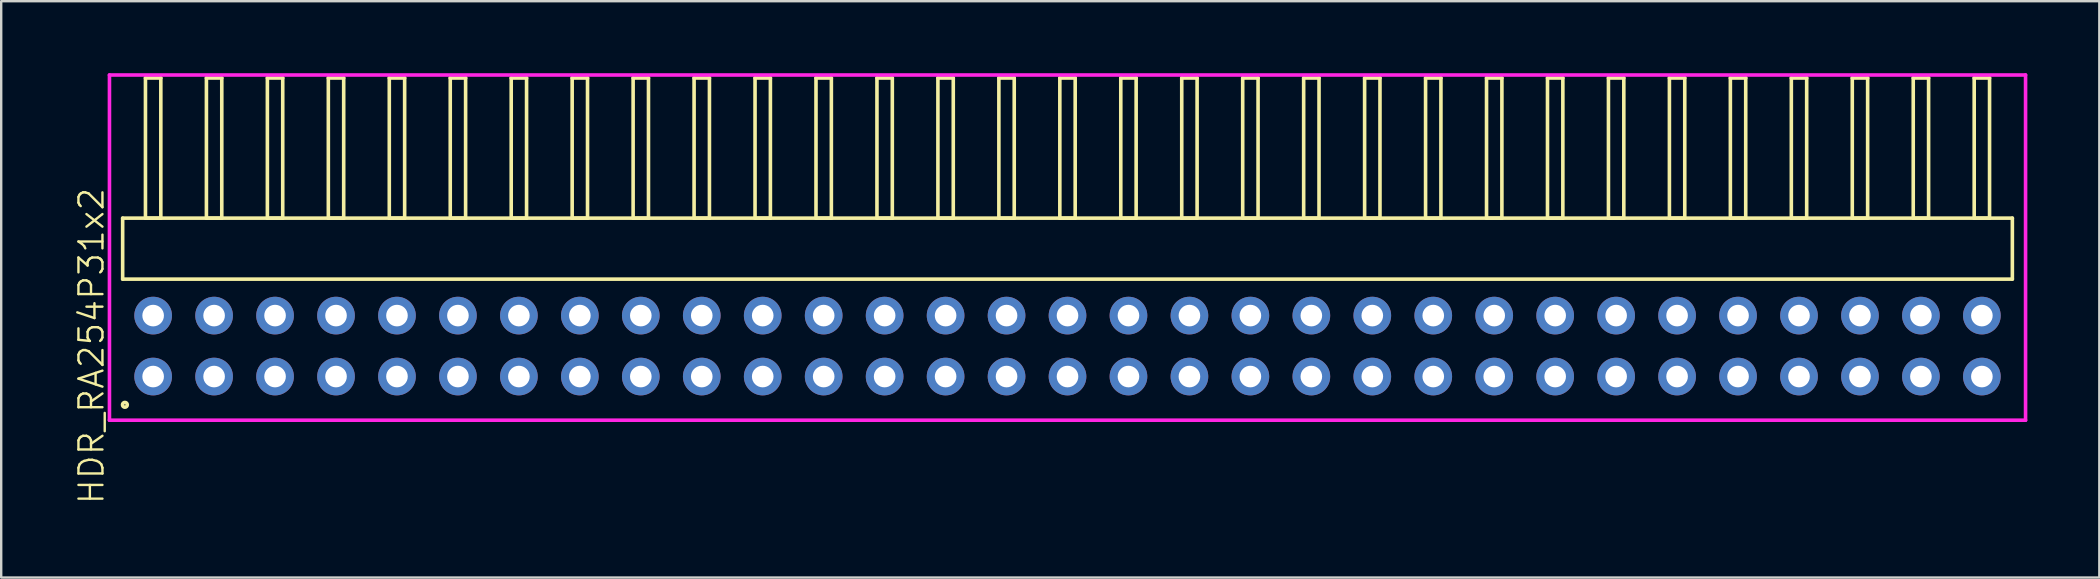
<source format=kicad_pcb>
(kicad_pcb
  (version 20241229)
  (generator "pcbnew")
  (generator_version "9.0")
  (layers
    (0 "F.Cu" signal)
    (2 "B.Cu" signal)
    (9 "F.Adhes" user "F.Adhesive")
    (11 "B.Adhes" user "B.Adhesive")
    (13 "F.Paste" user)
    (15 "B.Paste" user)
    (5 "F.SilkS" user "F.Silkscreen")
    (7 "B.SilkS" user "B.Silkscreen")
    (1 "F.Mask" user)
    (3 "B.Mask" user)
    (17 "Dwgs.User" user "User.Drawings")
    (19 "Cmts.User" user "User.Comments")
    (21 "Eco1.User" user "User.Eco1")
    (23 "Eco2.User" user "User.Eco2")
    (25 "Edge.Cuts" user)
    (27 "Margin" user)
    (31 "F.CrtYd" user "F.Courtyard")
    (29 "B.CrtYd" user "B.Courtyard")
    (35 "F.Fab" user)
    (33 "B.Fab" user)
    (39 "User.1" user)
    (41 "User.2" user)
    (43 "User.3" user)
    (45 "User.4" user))
  (footprint "HDR_RA254P31x2"
    (layer "F.Cu")
    (at 41.431 11.37)
    (property "Reference" "HDR_RA254P31x2" (at -40.67 0 90) (layer "F.SilkS") (effects (font (size 1 1) (thickness 0.1))))
    (attr through_hole)
    (fp_line (start -39.37 -5.33) (end -39.37 -2.79) (stroke (width 0.15) (type solid)) (layer "F.SilkS"))
    (fp_line (start -39.37 -2.79) (end 39.37 -2.79) (stroke (width 0.15) (type solid)) (layer "F.SilkS"))
    (fp_line (start -38.42 -11.17) (end -38.42 -5.33) (stroke (width 0.15) (type solid)) (layer "F.SilkS"))
    (fp_line (start -38.42 -5.33) (end -37.78 -5.33) (stroke (width 0.15) (type solid)) (layer "F.SilkS"))
    (fp_line (start -37.78 -11.17) (end -38.42 -11.17) (stroke (width 0.15) (type solid)) (layer "F.SilkS"))
    (fp_line (start -37.78 -5.33) (end -37.78 -11.17) (stroke (width 0.15) (type solid)) (layer "F.SilkS"))
    (fp_line (start -35.88 -11.17) (end -35.88 -5.33) (stroke (width 0.15) (type solid)) (layer "F.SilkS"))
    (fp_line (start -35.88 -5.33) (end -35.24 -5.33) (stroke (width 0.15) (type solid)) (layer "F.SilkS"))
    (fp_line (start -35.24 -11.17) (end -35.88 -11.17) (stroke (width 0.15) (type solid)) (layer "F.SilkS"))
    (fp_line (start -35.24 -5.33) (end -35.24 -11.17) (stroke (width 0.15) (type solid)) (layer "F.SilkS"))
    (fp_line (start -33.34 -11.17) (end -33.34 -5.33) (stroke (width 0.15) (type solid)) (layer "F.SilkS"))
    (fp_line (start -33.34 -5.33) (end -32.7 -5.33) (stroke (width 0.15) (type solid)) (layer "F.SilkS"))
    (fp_line (start -32.7 -11.17) (end -33.34 -11.17) (stroke (width 0.15) (type solid)) (layer "F.SilkS"))
    (fp_line (start -32.7 -5.33) (end -32.7 -11.17) (stroke (width 0.15) (type solid)) (layer "F.SilkS"))
    (fp_line (start -30.8 -11.17) (end -30.8 -5.33) (stroke (width 0.15) (type solid)) (layer "F.SilkS"))
    (fp_line (start -30.8 -5.33) (end -30.16 -5.33) (stroke (width 0.15) (type solid)) (layer "F.SilkS"))
    (fp_line (start -30.16 -11.17) (end -30.8 -11.17) (stroke (width 0.15) (type solid)) (layer "F.SilkS"))
    (fp_line (start -30.16 -5.33) (end -30.16 -11.17) (stroke (width 0.15) (type solid)) (layer "F.SilkS"))
    (fp_line (start -28.26 -11.17) (end -28.26 -5.33) (stroke (width 0.15) (type solid)) (layer "F.SilkS"))
    (fp_line (start -28.26 -5.33) (end -27.62 -5.33) (stroke (width 0.15) (type solid)) (layer "F.SilkS"))
    (fp_line (start -27.62 -11.17) (end -28.26 -11.17) (stroke (width 0.15) (type solid)) (layer "F.SilkS"))
    (fp_line (start -27.62 -5.33) (end -27.62 -11.17) (stroke (width 0.15) (type solid)) (layer "F.SilkS"))
    (fp_line (start -25.72 -11.17) (end -25.72 -5.33) (stroke (width 0.15) (type solid)) (layer "F.SilkS"))
    (fp_line (start -25.72 -5.33) (end -25.08 -5.33) (stroke (width 0.15) (type solid)) (layer "F.SilkS"))
    (fp_line (start -25.08 -11.17) (end -25.72 -11.17) (stroke (width 0.15) (type solid)) (layer "F.SilkS"))
    (fp_line (start -25.08 -5.33) (end -25.08 -11.17) (stroke (width 0.15) (type solid)) (layer "F.SilkS"))
    (fp_line (start -23.18 -11.17) (end -23.18 -5.33) (stroke (width 0.15) (type solid)) (layer "F.SilkS"))
    (fp_line (start -23.18 -5.33) (end -22.54 -5.33) (stroke (width 0.15) (type solid)) (layer "F.SilkS"))
    (fp_line (start -22.54 -11.17) (end -23.18 -11.17) (stroke (width 0.15) (type solid)) (layer "F.SilkS"))
    (fp_line (start -22.54 -5.33) (end -22.54 -11.17) (stroke (width 0.15) (type solid)) (layer "F.SilkS"))
    (fp_line (start -20.64 -11.17) (end -20.64 -5.33) (stroke (width 0.15) (type solid)) (layer "F.SilkS"))
    (fp_line (start -20.64 -5.33) (end -20 -5.33) (stroke (width 0.15) (type solid)) (layer "F.SilkS"))
    (fp_line (start -20 -11.17) (end -20.64 -11.17) (stroke (width 0.15) (type solid)) (layer "F.SilkS"))
    (fp_line (start -20 -5.33) (end -20 -11.17) (stroke (width 0.15) (type solid)) (layer "F.SilkS"))
    (fp_line (start -18.1 -11.17) (end -18.1 -5.33) (stroke (width 0.15) (type solid)) (layer "F.SilkS"))
    (fp_line (start -18.1 -5.33) (end -17.46 -5.33) (stroke (width 0.15) (type solid)) (layer "F.SilkS"))
    (fp_line (start -17.46 -11.17) (end -18.1 -11.17) (stroke (width 0.15) (type solid)) (layer "F.SilkS"))
    (fp_line (start -17.46 -5.33) (end -17.46 -11.17) (stroke (width 0.15) (type solid)) (layer "F.SilkS"))
    (fp_line (start -15.56 -11.17) (end -15.56 -5.33) (stroke (width 0.15) (type solid)) (layer "F.SilkS"))
    (fp_line (start -15.56 -5.33) (end -14.92 -5.33) (stroke (width 0.15) (type solid)) (layer "F.SilkS"))
    (fp_line (start -14.92 -11.17) (end -15.56 -11.17) (stroke (width 0.15) (type solid)) (layer "F.SilkS"))
    (fp_line (start -14.92 -5.33) (end -14.92 -11.17) (stroke (width 0.15) (type solid)) (layer "F.SilkS"))
    (fp_line (start -13.02 -11.17) (end -13.02 -5.33) (stroke (width 0.15) (type solid)) (layer "F.SilkS"))
    (fp_line (start -13.02 -5.33) (end -12.38 -5.33) (stroke (width 0.15) (type solid)) (layer "F.SilkS"))
    (fp_line (start -12.38 -11.17) (end -13.02 -11.17) (stroke (width 0.15) (type solid)) (layer "F.SilkS"))
    (fp_line (start -12.38 -5.33) (end -12.38 -11.17) (stroke (width 0.15) (type solid)) (layer "F.SilkS"))
    (fp_line (start -10.48 -11.17) (end -10.48 -5.33) (stroke (width 0.15) (type solid)) (layer "F.SilkS"))
    (fp_line (start -10.48 -5.33) (end -9.84 -5.33) (stroke (width 0.15) (type solid)) (layer "F.SilkS"))
    (fp_line (start -9.84 -11.17) (end -10.48 -11.17) (stroke (width 0.15) (type solid)) (layer "F.SilkS"))
    (fp_line (start -9.84 -5.33) (end -9.84 -11.17) (stroke (width 0.15) (type solid)) (layer "F.SilkS"))
    (fp_line (start -7.94 -11.17) (end -7.94 -5.33) (stroke (width 0.15) (type solid)) (layer "F.SilkS"))
    (fp_line (start -7.94 -5.33) (end -7.3 -5.33) (stroke (width 0.15) (type solid)) (layer "F.SilkS"))
    (fp_line (start -7.3 -11.17) (end -7.94 -11.17) (stroke (width 0.15) (type solid)) (layer "F.SilkS"))
    (fp_line (start -7.3 -5.33) (end -7.3 -11.17) (stroke (width 0.15) (type solid)) (layer "F.SilkS"))
    (fp_line (start -5.4 -11.17) (end -5.4 -5.33) (stroke (width 0.15) (type solid)) (layer "F.SilkS"))
    (fp_line (start -5.4 -5.33) (end -4.76 -5.33) (stroke (width 0.15) (type solid)) (layer "F.SilkS"))
    (fp_line (start -4.76 -11.17) (end -5.4 -11.17) (stroke (width 0.15) (type solid)) (layer "F.SilkS"))
    (fp_line (start -4.76 -5.33) (end -4.76 -11.17) (stroke (width 0.15) (type solid)) (layer "F.SilkS"))
    (fp_line (start -2.86 -11.17) (end -2.86 -5.33) (stroke (width 0.15) (type solid)) (layer "F.SilkS"))
    (fp_line (start -2.86 -5.33) (end -2.22 -5.33) (stroke (width 0.15) (type solid)) (layer "F.SilkS"))
    (fp_line (start -2.22 -11.17) (end -2.86 -11.17) (stroke (width 0.15) (type solid)) (layer "F.SilkS"))
    (fp_line (start -2.22 -5.33) (end -2.22 -11.17) (stroke (width 0.15) (type solid)) (layer "F.SilkS"))
    (fp_line (start -0.32 -11.17) (end -0.32 -5.33) (stroke (width 0.15) (type solid)) (layer "F.SilkS"))
    (fp_line (start -0.32 -5.33) (end 0.32 -5.33) (stroke (width 0.15) (type solid)) (layer "F.SilkS"))
    (fp_line (start 0.32 -11.17) (end -0.32 -11.17) (stroke (width 0.15) (type solid)) (layer "F.SilkS"))
    (fp_line (start 0.32 -5.33) (end 0.32 -11.17) (stroke (width 0.15) (type solid)) (layer "F.SilkS"))
    (fp_line (start 2.22 -11.17) (end 2.22 -5.33) (stroke (width 0.15) (type solid)) (layer "F.SilkS"))
    (fp_line (start 2.22 -5.33) (end 2.86 -5.33) (stroke (width 0.15) (type solid)) (layer "F.SilkS"))
    (fp_line (start 2.86 -11.17) (end 2.22 -11.17) (stroke (width 0.15) (type solid)) (layer "F.SilkS"))
    (fp_line (start 2.86 -5.33) (end 2.86 -11.17) (stroke (width 0.15) (type solid)) (layer "F.SilkS"))
    (fp_line (start 4.76 -11.17) (end 4.76 -5.33) (stroke (width 0.15) (type solid)) (layer "F.SilkS"))
    (fp_line (start 4.76 -5.33) (end 5.4 -5.33) (stroke (width 0.15) (type solid)) (layer "F.SilkS"))
    (fp_line (start 5.4 -11.17) (end 4.76 -11.17) (stroke (width 0.15) (type solid)) (layer "F.SilkS"))
    (fp_line (start 5.4 -5.33) (end 5.4 -11.17) (stroke (width 0.15) (type solid)) (layer "F.SilkS"))
    (fp_line (start 7.3 -11.17) (end 7.3 -5.33) (stroke (width 0.15) (type solid)) (layer "F.SilkS"))
    (fp_line (start 7.3 -5.33) (end 7.94 -5.33) (stroke (width 0.15) (type solid)) (layer "F.SilkS"))
    (fp_line (start 7.94 -11.17) (end 7.3 -11.17) (stroke (width 0.15) (type solid)) (layer "F.SilkS"))
    (fp_line (start 7.94 -5.33) (end 7.94 -11.17) (stroke (width 0.15) (type solid)) (layer "F.SilkS"))
    (fp_line (start 9.84 -11.17) (end 9.84 -5.33) (stroke (width 0.15) (type solid)) (layer "F.SilkS"))
    (fp_line (start 9.84 -5.33) (end 10.48 -5.33) (stroke (width 0.15) (type solid)) (layer "F.SilkS"))
    (fp_line (start 10.48 -11.17) (end 9.84 -11.17) (stroke (width 0.15) (type solid)) (layer "F.SilkS"))
    (fp_line (start 10.48 -5.33) (end 10.48 -11.17) (stroke (width 0.15) (type solid)) (layer "F.SilkS"))
    (fp_line (start 12.38 -11.17) (end 12.38 -5.33) (stroke (width 0.15) (type solid)) (layer "F.SilkS"))
    (fp_line (start 12.38 -5.33) (end 13.02 -5.33) (stroke (width 0.15) (type solid)) (layer "F.SilkS"))
    (fp_line (start 13.02 -11.17) (end 12.38 -11.17) (stroke (width 0.15) (type solid)) (layer "F.SilkS"))
    (fp_line (start 13.02 -5.33) (end 13.02 -11.17) (stroke (width 0.15) (type solid)) (layer "F.SilkS"))
    (fp_line (start 14.92 -11.17) (end 14.92 -5.33) (stroke (width 0.15) (type solid)) (layer "F.SilkS"))
    (fp_line (start 14.92 -5.33) (end 15.56 -5.33) (stroke (width 0.15) (type solid)) (layer "F.SilkS"))
    (fp_line (start 15.56 -11.17) (end 14.92 -11.17) (stroke (width 0.15) (type solid)) (layer "F.SilkS"))
    (fp_line (start 15.56 -5.33) (end 15.56 -11.17) (stroke (width 0.15) (type solid)) (layer "F.SilkS"))
    (fp_line (start 17.46 -11.17) (end 17.46 -5.33) (stroke (width 0.15) (type solid)) (layer "F.SilkS"))
    (fp_line (start 17.46 -5.33) (end 18.1 -5.33) (stroke (width 0.15) (type solid)) (layer "F.SilkS"))
    (fp_line (start 18.1 -11.17) (end 17.46 -11.17) (stroke (width 0.15) (type solid)) (layer "F.SilkS"))
    (fp_line (start 18.1 -5.33) (end 18.1 -11.17) (stroke (width 0.15) (type solid)) (layer "F.SilkS"))
    (fp_line (start 20 -11.17) (end 20 -5.33) (stroke (width 0.15) (type solid)) (layer "F.SilkS"))
    (fp_line (start 20 -5.33) (end 20.64 -5.33) (stroke (width 0.15) (type solid)) (layer "F.SilkS"))
    (fp_line (start 20.64 -11.17) (end 20 -11.17) (stroke (width 0.15) (type solid)) (layer "F.SilkS"))
    (fp_line (start 20.64 -5.33) (end 20.64 -11.17) (stroke (width 0.15) (type solid)) (layer "F.SilkS"))
    (fp_line (start 22.54 -11.17) (end 22.54 -5.33) (stroke (width 0.15) (type solid)) (layer "F.SilkS"))
    (fp_line (start 22.54 -5.33) (end 23.18 -5.33) (stroke (width 0.15) (type solid)) (layer "F.SilkS"))
    (fp_line (start 23.18 -11.17) (end 22.54 -11.17) (stroke (width 0.15) (type solid)) (layer "F.SilkS"))
    (fp_line (start 23.18 -5.33) (end 23.18 -11.17) (stroke (width 0.15) (type solid)) (layer "F.SilkS"))
    (fp_line (start 25.08 -11.17) (end 25.08 -5.33) (stroke (width 0.15) (type solid)) (layer "F.SilkS"))
    (fp_line (start 25.08 -5.33) (end 25.72 -5.33) (stroke (width 0.15) (type solid)) (layer "F.SilkS"))
    (fp_line (start 25.72 -11.17) (end 25.08 -11.17) (stroke (width 0.15) (type solid)) (layer "F.SilkS"))
    (fp_line (start 25.72 -5.33) (end 25.72 -11.17) (stroke (width 0.15) (type solid)) (layer "F.SilkS"))
    (fp_line (start 27.62 -11.17) (end 27.62 -5.33) (stroke (width 0.15) (type solid)) (layer "F.SilkS"))
    (fp_line (start 27.62 -5.33) (end 28.26 -5.33) (stroke (width 0.15) (type solid)) (layer "F.SilkS"))
    (fp_line (start 28.26 -11.17) (end 27.62 -11.17) (stroke (width 0.15) (type solid)) (layer "F.SilkS"))
    (fp_line (start 28.26 -5.33) (end 28.26 -11.17) (stroke (width 0.15) (type solid)) (layer "F.SilkS"))
    (fp_line (start 30.16 -11.17) (end 30.16 -5.33) (stroke (width 0.15) (type solid)) (layer "F.SilkS"))
    (fp_line (start 30.16 -5.33) (end 30.8 -5.33) (stroke (width 0.15) (type solid)) (layer "F.SilkS"))
    (fp_line (start 30.8 -11.17) (end 30.16 -11.17) (stroke (width 0.15) (type solid)) (layer "F.SilkS"))
    (fp_line (start 30.8 -5.33) (end 30.8 -11.17) (stroke (width 0.15) (type solid)) (layer "F.SilkS"))
    (fp_line (start 32.7 -11.17) (end 32.7 -5.33) (stroke (width 0.15) (type solid)) (layer "F.SilkS"))
    (fp_line (start 32.7 -5.33) (end 33.34 -5.33) (stroke (width 0.15) (type solid)) (layer "F.SilkS"))
    (fp_line (start 33.34 -11.17) (end 32.7 -11.17) (stroke (width 0.15) (type solid)) (layer "F.SilkS"))
    (fp_line (start 33.34 -5.33) (end 33.34 -11.17) (stroke (width 0.15) (type solid)) (layer "F.SilkS"))
    (fp_line (start 35.24 -11.17) (end 35.24 -5.33) (stroke (width 0.15) (type solid)) (layer "F.SilkS"))
    (fp_line (start 35.24 -5.33) (end 35.88 -5.33) (stroke (width 0.15) (type solid)) (layer "F.SilkS"))
    (fp_line (start 35.88 -11.17) (end 35.24 -11.17) (stroke (width 0.15) (type solid)) (layer "F.SilkS"))
    (fp_line (start 35.88 -5.33) (end 35.88 -11.17) (stroke (width 0.15) (type solid)) (layer "F.SilkS"))
    (fp_line (start 37.78 -11.17) (end 37.78 -5.33) (stroke (width 0.15) (type solid)) (layer "F.SilkS"))
    (fp_line (start 37.78 -5.33) (end 38.42 -5.33) (stroke (width 0.15) (type solid)) (layer "F.SilkS"))
    (fp_line (start 38.42 -11.17) (end 37.78 -11.17) (stroke (width 0.15) (type solid)) (layer "F.SilkS"))
    (fp_line (start 38.42 -5.33) (end 38.42 -11.17) (stroke (width 0.15) (type solid)) (layer "F.SilkS"))
    (fp_line (start 39.37 -5.33) (end -39.37 -5.33) (stroke (width 0.15) (type solid)) (layer "F.SilkS"))
    (fp_line (start 39.37 -2.79) (end 39.37 -5.33) (stroke (width 0.15) (type solid)) (layer "F.SilkS"))
    (fp_circle (center -39.277 2.448) (end -39.177 2.448) (stroke (width 0.15) (type solid)) (fill no) (layer "F.SilkS"))
    (fp_line (start -39.92 -11.295) (end -39.92 3.09) (stroke (width 0.15) (type solid)) (layer "F.CrtYd"))
    (fp_line (start -39.92 3.09) (end 39.92 3.09) (stroke (width 0.15) (type solid)) (layer "F.CrtYd"))
    (fp_line (start 39.92 -11.295) (end -39.92 -11.295) (stroke (width 0.15) (type solid)) (layer "F.CrtYd"))
    (fp_line (start 39.92 3.09) (end 39.92 -11.295) (stroke (width 0.15) (type solid)) (layer "F.CrtYd"))
    (pad "1" thru_hole oval (at -38.1 1.27) (size 1.57 1.57) (drill 0.9) (layers "*.Cu" "*.Mask"))
    (pad "2" thru_hole oval (at -38.1 -1.27) (size 1.57 1.57) (drill 0.9) (layers "*.Cu" "*.Mask"))
    (pad "3" thru_hole oval (at -35.56 1.27) (size 1.57 1.57) (drill 0.9) (layers "*.Cu" "*.Mask"))
    (pad "4" thru_hole oval (at -35.56 -1.27) (size 1.57 1.57) (drill 0.9) (layers "*.Cu" "*.Mask"))
    (pad "5" thru_hole oval (at -33.02 1.27) (size 1.57 1.57) (drill 0.9) (layers "*.Cu" "*.Mask"))
    (pad "6" thru_hole oval (at -33.02 -1.27) (size 1.57 1.57) (drill 0.9) (layers "*.Cu" "*.Mask"))
    (pad "7" thru_hole oval (at -30.48 1.27) (size 1.57 1.57) (drill 0.9) (layers "*.Cu" "*.Mask"))
    (pad "8" thru_hole oval (at -30.48 -1.27) (size 1.57 1.57) (drill 0.9) (layers "*.Cu" "*.Mask"))
    (pad "9" thru_hole oval (at -27.94 1.27) (size 1.57 1.57) (drill 0.9) (layers "*.Cu" "*.Mask"))
    (pad "10" thru_hole oval (at -27.94 -1.27) (size 1.57 1.57) (drill 0.9) (layers "*.Cu" "*.Mask"))
    (pad "11" thru_hole oval (at -25.4 1.27) (size 1.57 1.57) (drill 0.9) (layers "*.Cu" "*.Mask"))
    (pad "12" thru_hole oval (at -25.4 -1.27) (size 1.57 1.57) (drill 0.9) (layers "*.Cu" "*.Mask"))
    (pad "13" thru_hole oval (at -22.86 1.27) (size 1.57 1.57) (drill 0.9) (layers "*.Cu" "*.Mask"))
    (pad "14" thru_hole oval (at -22.86 -1.27) (size 1.57 1.57) (drill 0.9) (layers "*.Cu" "*.Mask"))
    (pad "15" thru_hole oval (at -20.32 1.27) (size 1.57 1.57) (drill 0.9) (layers "*.Cu" "*.Mask"))
    (pad "16" thru_hole oval (at -20.32 -1.27) (size 1.57 1.57) (drill 0.9) (layers "*.Cu" "*.Mask"))
    (pad "17" thru_hole oval (at -17.78 1.27) (size 1.57 1.57) (drill 0.9) (layers "*.Cu" "*.Mask"))
    (pad "18" thru_hole oval (at -17.78 -1.27) (size 1.57 1.57) (drill 0.9) (layers "*.Cu" "*.Mask"))
    (pad "19" thru_hole oval (at -15.24 1.27) (size 1.57 1.57) (drill 0.9) (layers "*.Cu" "*.Mask"))
    (pad "20" thru_hole oval (at -15.24 -1.27) (size 1.57 1.57) (drill 0.9) (layers "*.Cu" "*.Mask"))
    (pad "21" thru_hole oval (at -12.7 1.27) (size 1.57 1.57) (drill 0.9) (layers "*.Cu" "*.Mask"))
    (pad "22" thru_hole oval (at -12.7 -1.27) (size 1.57 1.57) (drill 0.9) (layers "*.Cu" "*.Mask"))
    (pad "23" thru_hole oval (at -10.16 1.27) (size 1.57 1.57) (drill 0.9) (layers "*.Cu" "*.Mask"))
    (pad "24" thru_hole oval (at -10.16 -1.27) (size 1.57 1.57) (drill 0.9) (layers "*.Cu" "*.Mask"))
    (pad "25" thru_hole oval (at -7.62 1.27) (size 1.57 1.57) (drill 0.9) (layers "*.Cu" "*.Mask"))
    (pad "26" thru_hole oval (at -7.62 -1.27) (size 1.57 1.57) (drill 0.9) (layers "*.Cu" "*.Mask"))
    (pad "27" thru_hole oval (at -5.08 1.27) (size 1.57 1.57) (drill 0.9) (layers "*.Cu" "*.Mask"))
    (pad "28" thru_hole oval (at -5.08 -1.27) (size 1.57 1.57) (drill 0.9) (layers "*.Cu" "*.Mask"))
    (pad "29" thru_hole oval (at -2.54 1.27) (size 1.57 1.57) (drill 0.9) (layers "*.Cu" "*.Mask"))
    (pad "30" thru_hole oval (at -2.54 -1.27) (size 1.57 1.57) (drill 0.9) (layers "*.Cu" "*.Mask"))
    (pad "31" thru_hole oval (at 0 1.27) (size 1.57 1.57) (drill 0.9) (layers "*.Cu" "*.Mask"))
    (pad "32" thru_hole oval (at 0 -1.27) (size 1.57 1.57) (drill 0.9) (layers "*.Cu" "*.Mask"))
    (pad "33" thru_hole oval (at 2.54 1.27) (size 1.57 1.57) (drill 0.9) (layers "*.Cu" "*.Mask"))
    (pad "34" thru_hole oval (at 2.54 -1.27) (size 1.57 1.57) (drill 0.9) (layers "*.Cu" "*.Mask"))
    (pad "35" thru_hole oval (at 5.08 1.27) (size 1.57 1.57) (drill 0.9) (layers "*.Cu" "*.Mask"))
    (pad "36" thru_hole oval (at 5.08 -1.27) (size 1.57 1.57) (drill 0.9) (layers "*.Cu" "*.Mask"))
    (pad "37" thru_hole oval (at 7.62 1.27) (size 1.57 1.57) (drill 0.9) (layers "*.Cu" "*.Mask"))
    (pad "38" thru_hole oval (at 7.62 -1.27) (size 1.57 1.57) (drill 0.9) (layers "*.Cu" "*.Mask"))
    (pad "39" thru_hole oval (at 10.16 1.27) (size 1.57 1.57) (drill 0.9) (layers "*.Cu" "*.Mask"))
    (pad "40" thru_hole oval (at 10.16 -1.27) (size 1.57 1.57) (drill 0.9) (layers "*.Cu" "*.Mask"))
    (pad "41" thru_hole oval (at 12.7 1.27) (size 1.57 1.57) (drill 0.9) (layers "*.Cu" "*.Mask"))
    (pad "42" thru_hole oval (at 12.7 -1.27) (size 1.57 1.57) (drill 0.9) (layers "*.Cu" "*.Mask"))
    (pad "43" thru_hole oval (at 15.24 1.27) (size 1.57 1.57) (drill 0.9) (layers "*.Cu" "*.Mask"))
    (pad "44" thru_hole oval (at 15.24 -1.27) (size 1.57 1.57) (drill 0.9) (layers "*.Cu" "*.Mask"))
    (pad "45" thru_hole oval (at 17.78 1.27) (size 1.57 1.57) (drill 0.9) (layers "*.Cu" "*.Mask"))
    (pad "46" thru_hole oval (at 17.78 -1.27) (size 1.57 1.57) (drill 0.9) (layers "*.Cu" "*.Mask"))
    (pad "47" thru_hole oval (at 20.32 1.27) (size 1.57 1.57) (drill 0.9) (layers "*.Cu" "*.Mask"))
    (pad "48" thru_hole oval (at 20.32 -1.27) (size 1.57 1.57) (drill 0.9) (layers "*.Cu" "*.Mask"))
    (pad "49" thru_hole oval (at 22.86 1.27) (size 1.57 1.57) (drill 0.9) (layers "*.Cu" "*.Mask"))
    (pad "50" thru_hole oval (at 22.86 -1.27) (size 1.57 1.57) (drill 0.9) (layers "*.Cu" "*.Mask"))
    (pad "51" thru_hole oval (at 25.4 1.27) (size 1.57 1.57) (drill 0.9) (layers "*.Cu" "*.Mask"))
    (pad "52" thru_hole oval (at 25.4 -1.27) (size 1.57 1.57) (drill 0.9) (layers "*.Cu" "*.Mask"))
    (pad "53" thru_hole oval (at 27.94 1.27) (size 1.57 1.57) (drill 0.9) (layers "*.Cu" "*.Mask"))
    (pad "54" thru_hole oval (at 27.94 -1.27) (size 1.57 1.57) (drill 0.9) (layers "*.Cu" "*.Mask"))
    (pad "55" thru_hole oval (at 30.48 1.27) (size 1.57 1.57) (drill 0.9) (layers "*.Cu" "*.Mask"))
    (pad "56" thru_hole oval (at 30.48 -1.27) (size 1.57 1.57) (drill 0.9) (layers "*.Cu" "*.Mask"))
    (pad "57" thru_hole oval (at 33.02 1.27) (size 1.57 1.57) (drill 0.9) (layers "*.Cu" "*.Mask"))
    (pad "58" thru_hole oval (at 33.02 -1.27) (size 1.57 1.57) (drill 0.9) (layers "*.Cu" "*.Mask"))
    (pad "59" thru_hole oval (at 35.56 1.27) (size 1.57 1.57) (drill 0.9) (layers "*.Cu" "*.Mask"))
    (pad "60" thru_hole oval (at 35.56 -1.27) (size 1.57 1.57) (drill 0.9) (layers "*.Cu" "*.Mask"))
    (pad "61" thru_hole oval (at 38.1 1.27) (size 1.57 1.57) (drill 0.9) (layers "*.Cu" "*.Mask"))
    (pad "62" thru_hole oval (at 38.1 -1.27) (size 1.57 1.57) (drill 0.9) (layers "*.Cu" "*.Mask")))
  (gr_rect
    (start -3 -3)
    (end 84.425 21.015)
    (stroke (width 0.1) (type default))
    (fill no)
    (layer "Edge.Cuts")))
</source>
